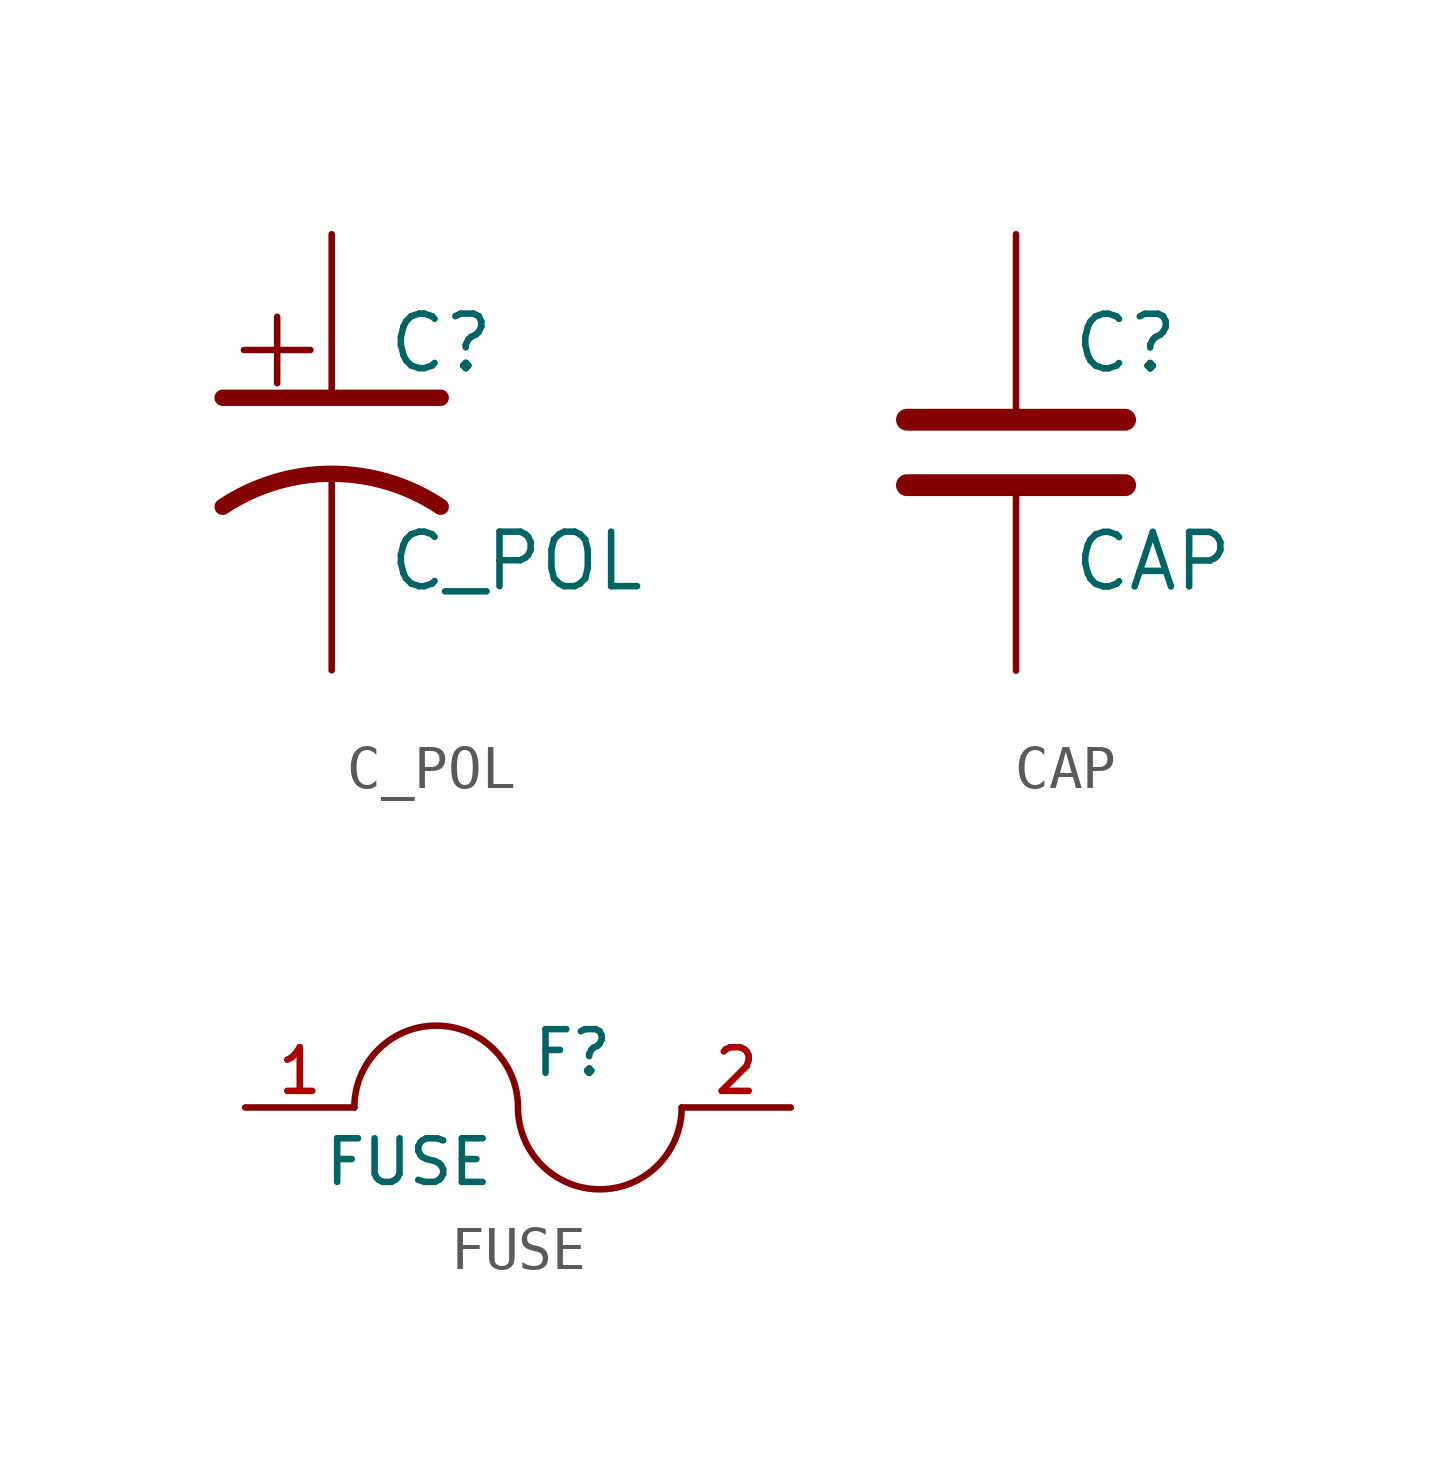
<source format=kicad_sym>
(kicad_symbol_lib
  (version 20231120)
  (generator "kicad_symbol_editor")
  (generator_version "8.0")
  (symbol "C_POL"
    (pin_numbers hide)
    (pin_names
      (offset 0.254) hide)
    (property "Reference" "C"
      (at 1.27 2.54 0)
      (effects (font (size 1.27 1.27)) (justify left)))
    (property "Value" "C_POL"
      (at 1.27 -2.54 0)
      (effects (font (size 1.27 1.27)) (justify left)))
    (property "Footprint" ""
      (at 0 0 0)
      (effects (font (size 1.524 1.524))))
    (property "Datasheet" ""
      (at 0 0 0)
      (effects (font (size 1.524 1.524))))
    (symbol "C_POL_0_0"
      (text "+" (at -1.27 2.54 0) (effects (font (size 2.032 2.032)))))
    (symbol "C_POL_0_1"
      (polyline (pts (xy -2.54 1.27) (xy 2.54 1.27) (xy 1.27 1.27) (xy 1.27 1.27)) (stroke (width 0.381) (type solid)) (fill (type none)))
      (arc (start 2.54 -1.27) (mid 0 -0.5009) (end -2.54 -1.27) (stroke (width 0.381) (type solid)) (fill (type none))))
    (symbol "C_POL_1_1"
      (pin passive line (at 0 5.08 270) (length 3.81) (name "+" (effects (font (size 1.016 1.016)))) (number "1" (effects (font (size 1.016 1.016)))))
      (pin passive line (at 0 -5.08 90) (length 4.572) (name "-" (effects (font (size 1.016 1.016)))) (number "2" (effects (font (size 1.016 1.016)))))))
  (symbol "CAP"
    (pin_numbers hide)
    (pin_names
      (offset 0.254))
    (property "Reference" "C"
      (at 1.27 2.54 0)
      (effects (font (size 1.27 1.27)) (justify left)))
    (property "Value" "CAP"
      (at 1.27 -2.54 0)
      (effects (font (size 1.27 1.27)) (justify left)))
    (property "Footprint" ""
      (at 0 0 0)
      (effects (font (size 1.524 1.524))))
    (property "Datasheet" ""
      (at 0 0 0)
      (effects (font (size 1.524 1.524))))
    (symbol "CAP_0_1"
      (polyline (pts (xy -2.54 -0.762) (xy 2.54 -0.762)) (stroke (width 0.508) (type solid)) (fill (type none)))
      (polyline (pts (xy -2.54 0.762) (xy 2.54 0.762)) (stroke (width 0.508) (type solid)) (fill (type none))))
    (symbol "CAP_1_1"
      (pin passive line (at 0 5.08 270) (length 4.318) (name "~" (effects (font (size 1.016 1.016)))) (number "1" (effects (font (size 1.016 1.016)))))
      (pin passive line (at 0 -5.08 90) (length 4.318) (name "~" (effects (font (size 1.016 1.016)))) (number "2" (effects (font (size 1.016 1.016)))))))
  (symbol "FUSE"
    (pin_names
      (offset 0.254))
    (property "Reference" "F"
      (at 1.27 1.27 0)
      (effects (font (size 1.016 1.016))))
    (property "Value" "FUSE"
      (at -2.54 -1.27 0)
      (effects (font (size 1.016 1.016))))
    (property "Footprint" ""
      (at 0 0 0)
      (effects (font (size 1.524 1.524))))
    (property "Datasheet" ""
      (at 0 0 0)
      (effects (font (size 1.524 1.524))))
    (symbol "FUSE_0_1"
      (arc (start 0 0) (mid -1.905 1.905) (end -3.81 0) (stroke (width 0) (type solid)) (fill (type none)))
      (arc (start 0 0) (mid 1.905 -1.905) (end 3.81 0) (stroke (width 0) (type solid)) (fill (type none))))
    (symbol "FUSE_1_1"
      (pin input line (at -6.35 0 0) (length 2.54) (name "~" (effects (font (size 1.016 1.016)))) (number "1" (effects (font (size 1.016 1.016)))))
      (pin input line (at 6.35 0 180) (length 2.54) (name "~" (effects (font (size 1.016 1.016)))) (number "2" (effects (font (size 1.016 1.016))))))))
</source>
